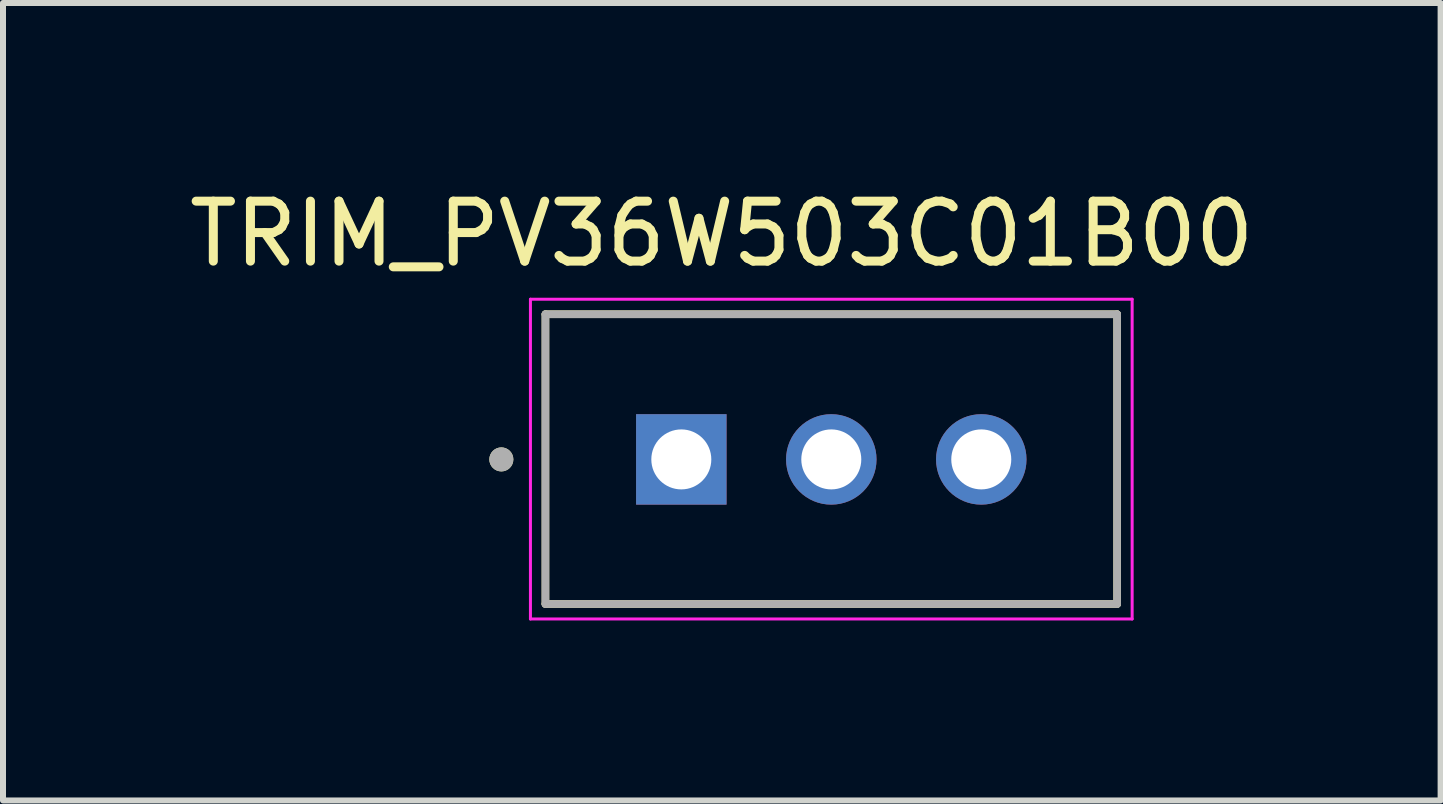
<source format=kicad_pcb>
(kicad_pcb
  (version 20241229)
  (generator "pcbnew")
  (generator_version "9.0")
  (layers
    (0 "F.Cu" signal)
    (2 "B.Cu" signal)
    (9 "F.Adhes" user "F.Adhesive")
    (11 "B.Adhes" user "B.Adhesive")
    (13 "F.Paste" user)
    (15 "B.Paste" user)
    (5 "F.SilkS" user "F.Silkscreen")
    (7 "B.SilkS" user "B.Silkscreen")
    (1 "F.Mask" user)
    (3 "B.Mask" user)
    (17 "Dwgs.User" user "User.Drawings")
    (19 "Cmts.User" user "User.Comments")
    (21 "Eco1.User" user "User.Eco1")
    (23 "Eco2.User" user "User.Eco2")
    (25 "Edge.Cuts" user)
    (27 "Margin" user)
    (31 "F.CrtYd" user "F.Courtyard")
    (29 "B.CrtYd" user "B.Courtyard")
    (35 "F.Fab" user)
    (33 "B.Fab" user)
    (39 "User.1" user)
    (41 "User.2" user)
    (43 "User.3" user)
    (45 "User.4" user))
  (footprint "TRIM_PV36W503C01B00"
    (layer "F.Cu")
    (at 10.807 4.608)
    (property "Reference" "TRIM_PV36W503C01B00" (at -1.825 -3.76 0) (layer "F.SilkS") (effects (font (size 1 1) (thickness 0.15))))
    (attr through_hole)
    (fp_line (start -4.765 -2.42) (end -4.765 2.41) (stroke (width 0.127) (type solid)) (layer "F.SilkS"))
    (fp_line (start -4.765 2.41) (end 4.765 2.41) (stroke (width 0.127) (type solid)) (layer "F.SilkS"))
    (fp_line (start 4.765 -2.42) (end -4.765 -2.42) (stroke (width 0.127) (type solid)) (layer "F.SilkS"))
    (fp_line (start 4.765 2.41) (end 4.765 -2.42) (stroke (width 0.127) (type solid)) (layer "F.SilkS"))
    (fp_circle (center -5.5 0) (end -5.4 0) (stroke (width 0.2) (type solid)) (fill no) (layer "F.SilkS"))
    (fp_line (start -5.015 -2.67) (end -5.015 2.66) (stroke (width 0.05) (type solid)) (layer "F.CrtYd"))
    (fp_line (start -5.015 2.66) (end 5.015 2.66) (stroke (width 0.05) (type solid)) (layer "F.CrtYd"))
    (fp_line (start 5.015 -2.67) (end -5.015 -2.67) (stroke (width 0.05) (type solid)) (layer "F.CrtYd"))
    (fp_line (start 5.015 2.66) (end 5.015 -2.67) (stroke (width 0.05) (type solid)) (layer "F.CrtYd"))
    (fp_line (start -4.765 -2.42) (end -4.765 2.41) (stroke (width 0.127) (type solid)) (layer "F.Fab"))
    (fp_line (start -4.765 2.41) (end 4.765 2.41) (stroke (width 0.127) (type solid)) (layer "F.Fab"))
    (fp_line (start 4.765 -2.42) (end -4.765 -2.42) (stroke (width 0.127) (type solid)) (layer "F.Fab"))
    (fp_line (start 4.765 2.41) (end 4.765 -2.42) (stroke (width 0.127) (type solid)) (layer "F.Fab"))
    (fp_circle (center -5.5 0) (end -5.4 0) (stroke (width 0.2) (type solid)) (fill no) (layer "F.Fab"))
    (pad "1" thru_hole rect (at -2.5 0) (size 1.508 1.508) (drill 1) (layers "*.Cu" "*.Mask"))
    (pad "2" thru_hole circle (at 0 0) (size 1.508 1.508) (drill 1) (layers "*.Cu" "*.Mask"))
    (pad "3" thru_hole circle (at 2.5 0) (size 1.508 1.508) (drill 1) (layers "*.Cu" "*.Mask")))
  (gr_rect
    (start -3 -3)
    (end 20.964 10.293)
    (stroke (width 0.1) (type default))
    (fill no)
    (layer "Edge.Cuts")))
</source>
